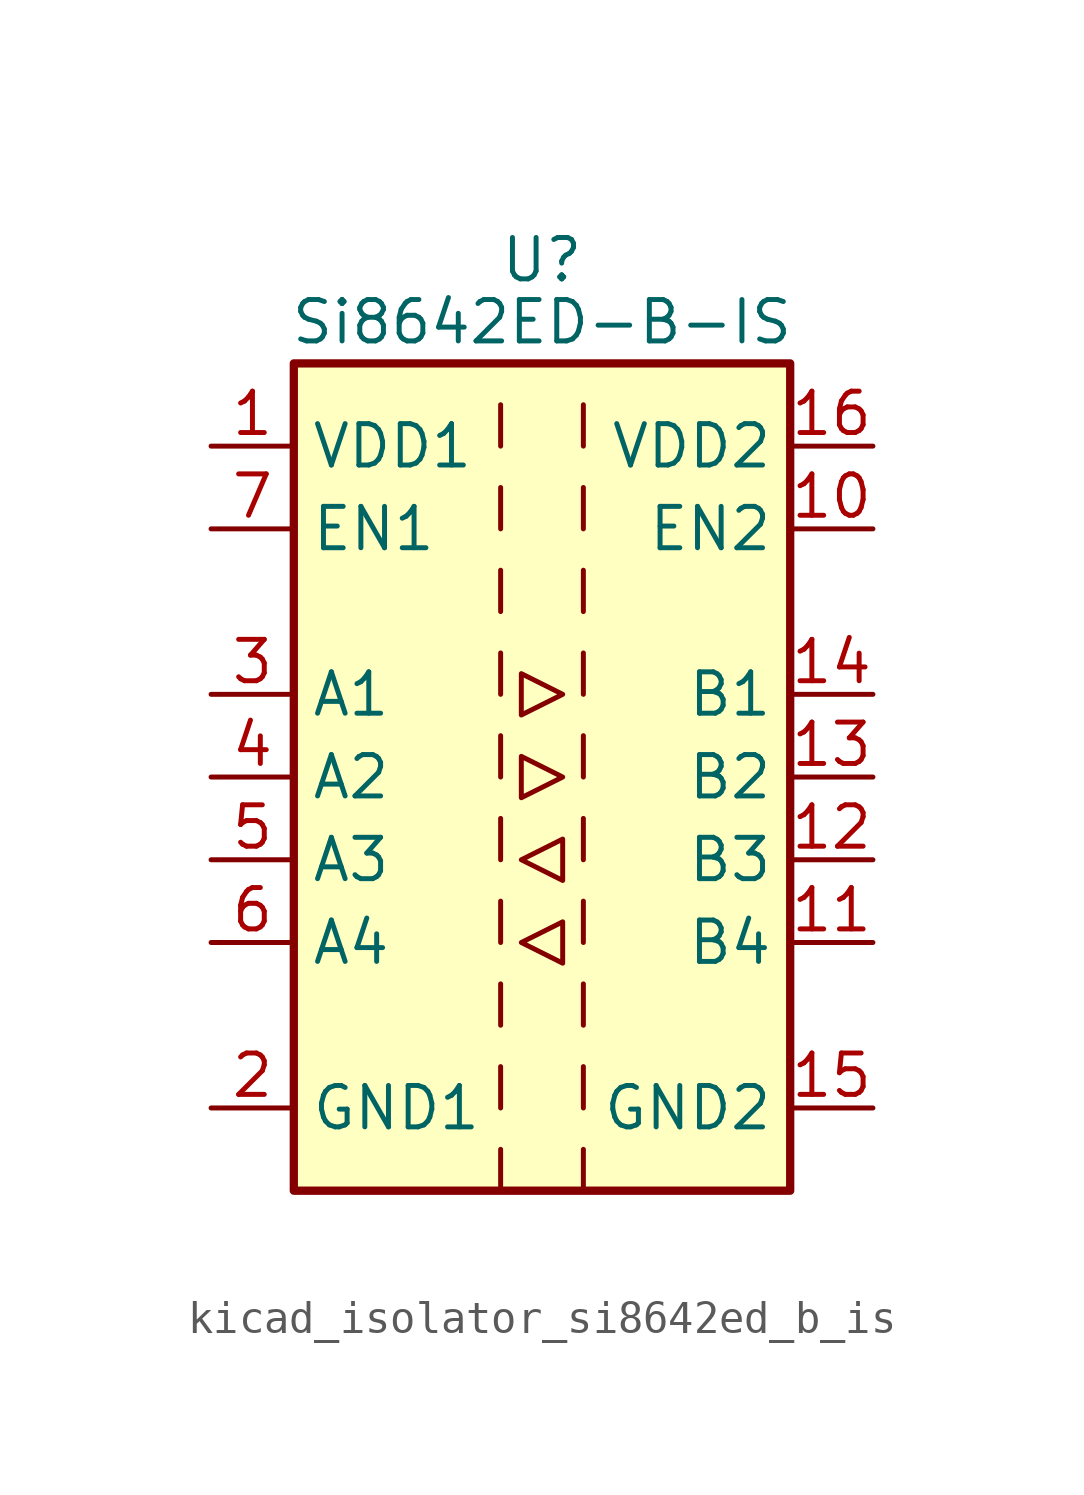
<source format=kicad_sym>
(kicad_symbol_lib
  (version 20220914)
  (generator kicad_symbol_editor)
  (symbol "kicad_isolator_si8642ed_b_is"
    (property "Reference" "U"
      (at 0 15.875 0)
      (effects (font (size 1.27 1.27))))
    (property "Value" "Si8642ED-B-IS"
      (at 0 13.97 0)
      (effects (font (size 1.27 1.27))))
    (symbol "kicad_isolator_si8642ed_b_is_0_1"
      (rectangle (start -7.62 12.7) (end 7.62 -12.7) (stroke (width 0.254) (type default)) (fill (type background)))
      (polyline (pts (xy -1.27 -11.43) (xy -1.27 -12.7)) (stroke (width 0) (type default)) (fill (type none)))
      (polyline (pts (xy -1.27 -8.89) (xy -1.27 -10.16)) (stroke (width 0) (type default)) (fill (type none)))
      (polyline (pts (xy -1.27 -6.35) (xy -1.27 -7.62)) (stroke (width 0) (type default)) (fill (type none)))
      (polyline (pts (xy -1.27 -3.81) (xy -1.27 -5.08)) (stroke (width 0) (type default)) (fill (type none)))
      (polyline (pts (xy -1.27 -1.27) (xy -1.27 -2.54)) (stroke (width 0) (type default)) (fill (type none)))
      (polyline (pts (xy -1.27 1.27) (xy -1.27 0)) (stroke (width 0) (type default)) (fill (type none)))
      (polyline (pts (xy -1.27 3.81) (xy -1.27 2.54)) (stroke (width 0) (type default)) (fill (type none)))
      (polyline (pts (xy -1.27 6.35) (xy -1.27 5.08)) (stroke (width 0) (type default)) (fill (type none)))
      (polyline (pts (xy -1.27 8.89) (xy -1.27 7.62)) (stroke (width 0) (type default)) (fill (type none)))
      (polyline (pts (xy -1.27 11.43) (xy -1.27 10.16)) (stroke (width 0) (type default)) (fill (type none)))
      (polyline (pts (xy 1.27 -11.43) (xy 1.27 -12.7)) (stroke (width 0) (type default)) (fill (type none)))
      (polyline (pts (xy 1.27 -8.89) (xy 1.27 -10.16)) (stroke (width 0) (type default)) (fill (type none)))
      (polyline (pts (xy 1.27 -6.35) (xy 1.27 -7.62)) (stroke (width 0) (type default)) (fill (type none)))
      (polyline (pts (xy 1.27 -3.81) (xy 1.27 -5.08)) (stroke (width 0) (type default)) (fill (type none)))
      (polyline (pts (xy 1.27 -1.27) (xy 1.27 -2.54)) (stroke (width 0) (type default)) (fill (type none)))
      (polyline (pts (xy 1.27 1.27) (xy 1.27 0)) (stroke (width 0) (type default)) (fill (type none)))
      (polyline (pts (xy 1.27 3.81) (xy 1.27 2.54)) (stroke (width 0) (type default)) (fill (type none)))
      (polyline (pts (xy 1.27 6.35) (xy 1.27 5.08)) (stroke (width 0) (type default)) (fill (type none)))
      (polyline (pts (xy 1.27 8.89) (xy 1.27 7.62)) (stroke (width 0) (type default)) (fill (type none)))
      (polyline (pts (xy 1.27 11.43) (xy 1.27 10.16)) (stroke (width 0) (type default)) (fill (type none)))
      (polyline (pts (xy -0.635 -5.08) (xy 0.635 -4.445) (xy 0.635 -5.715) (xy -0.635 -5.08)) (stroke (width 0) (type default)) (fill (type none)))
      (polyline (pts (xy -0.635 -2.54) (xy 0.635 -1.905) (xy 0.635 -3.175) (xy -0.635 -2.54)) (stroke (width 0) (type default)) (fill (type none)))
      (polyline (pts (xy -0.635 0.635) (xy -0.635 -0.635) (xy 0.635 0) (xy -0.635 0.635)) (stroke (width 0) (type default)) (fill (type none)))
      (polyline (pts (xy -0.635 3.175) (xy -0.635 1.905) (xy 0.635 2.54) (xy -0.635 3.175)) (stroke (width 0) (type default)) (fill (type none))))
    (symbol "kicad_isolator_si8642ed_b_is_1_1"
      (pin power_in line (at -10.16 10.16 0) (length 2.54) (name "VDD1" (effects (font (size 1.27 1.27)))) (number "1" (effects (font (size 1.27 1.27)))))
      (pin input line (at 10.16 7.62 180) (length 2.54) (name "EN2" (effects (font (size 1.27 1.27)))) (number "10" (effects (font (size 1.27 1.27)))))
      (pin input line (at 10.16 -5.08 180) (length 2.54) (name "B4" (effects (font (size 1.27 1.27)))) (number "11" (effects (font (size 1.27 1.27)))))
      (pin input line (at 10.16 -2.54 180) (length 2.54) (name "B3" (effects (font (size 1.27 1.27)))) (number "12" (effects (font (size 1.27 1.27)))))
      (pin output line (at 10.16 0 180) (length 2.54) (name "B2" (effects (font (size 1.27 1.27)))) (number "13" (effects (font (size 1.27 1.27)))))
      (pin output line (at 10.16 2.54 180) (length 2.54) (name "B1" (effects (font (size 1.27 1.27)))) (number "14" (effects (font (size 1.27 1.27)))))
      (pin power_in line (at 10.16 -10.16 180) (length 2.54) (name "GND2" (effects (font (size 1.27 1.27)))) (number "15" (effects (font (size 1.27 1.27)))))
      (pin power_in line (at 10.16 10.16 180) (length 2.54) (name "VDD2" (effects (font (size 1.27 1.27)))) (number "16" (effects (font (size 1.27 1.27)))))
      (pin power_in line (at -10.16 -10.16 0) (length 2.54) (name "GND1" (effects (font (size 1.27 1.27)))) (number "2" (effects (font (size 1.27 1.27)))))
      (pin input line (at -10.16 2.54 0) (length 2.54) (name "A1" (effects (font (size 1.27 1.27)))) (number "3" (effects (font (size 1.27 1.27)))))
      (pin input line (at -10.16 0 0) (length 2.54) (name "A2" (effects (font (size 1.27 1.27)))) (number "4" (effects (font (size 1.27 1.27)))))
      (pin output line (at -10.16 -2.54 0) (length 2.54) (name "A3" (effects (font (size 1.27 1.27)))) (number "5" (effects (font (size 1.27 1.27)))))
      (pin output line (at -10.16 -5.08 0) (length 2.54) (name "A4" (effects (font (size 1.27 1.27)))) (number "6" (effects (font (size 1.27 1.27)))))
      (pin input line (at -10.16 7.62 0) (length 2.54) (name "EN1" (effects (font (size 1.27 1.27)))) (number "7" (effects (font (size 1.27 1.27)))))
      (pin passive line (at -10.16 -10.16 0) (length 2.54) hide (name "GND1" (effects (font (size 1.27 1.27)))) (number "8" (effects (font (size 1.27 1.27)))))
      (pin passive line (at 10.16 -10.16 180) (length 2.54) hide (name "GND2" (effects (font (size 1.27 1.27)))) (number "9" (effects (font (size 1.27 1.27))))))))
</source>
